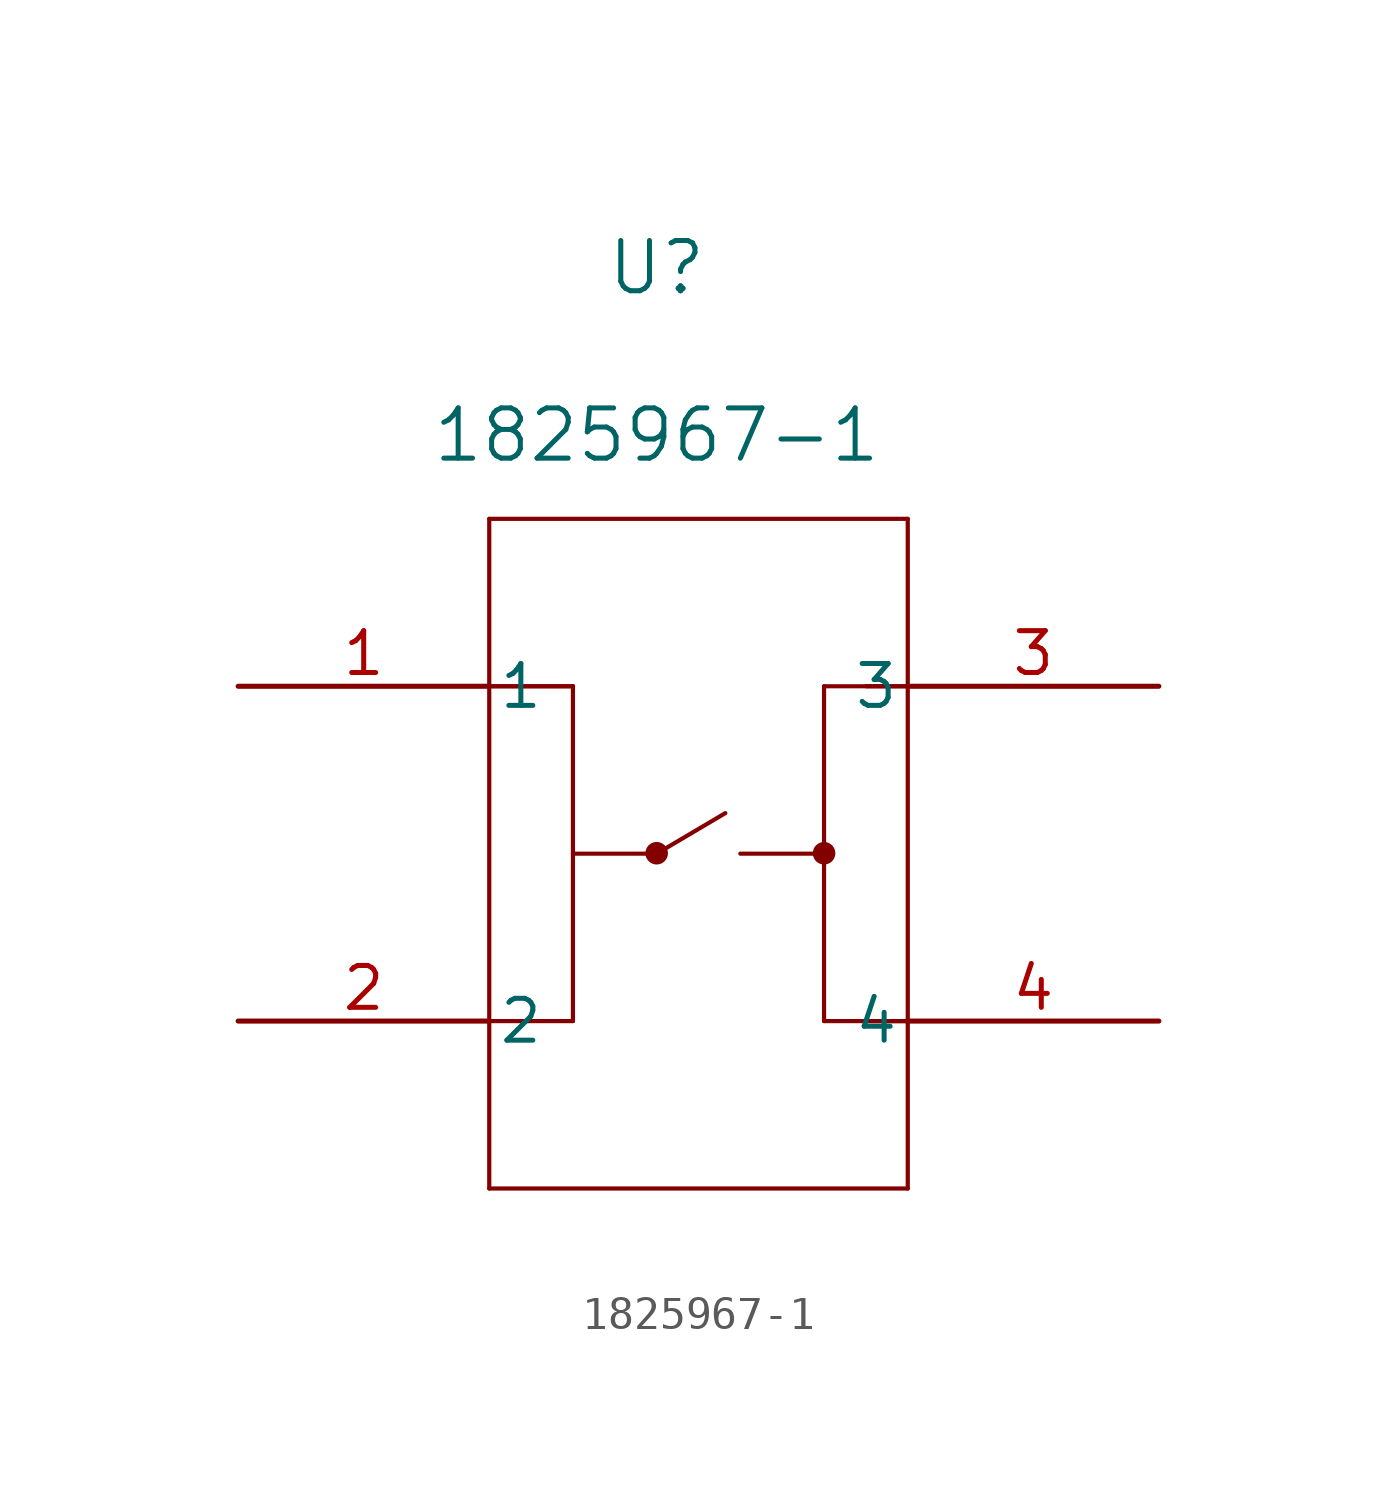
<source format=kicad_sym>
(kicad_symbol_lib
  (version 20211014)
  (generator kicad_symbol_editor)
  (symbol "1825967-1"
    (pin_names
      (offset 0.254))
    (property "Reference" "U"
      (at 12.7 12.7 0)
      (effects (font (size 1.524 1.524))))
    (property "Value" "1825967-1"
      (at 12.7 7.62 0)
      (effects (font (size 1.524 1.524))))
    (symbol "1825967-1_0_1"
      (polyline (pts (xy 20.32 0) (xy 20.32 0)) (stroke (width 0.127) (type default) (color 0 0 0 0)) (fill (type none)))
      (polyline (pts (xy 7.62 -10.16) (xy 10.16 -10.16)) (stroke (width 0.127) (type default) (color 0 0 0 0)) (fill (type none)))
      (polyline (pts (xy 20.32 0) (xy 19.05 0)) (stroke (width 0.127) (type default) (color 0 0 0 0)) (fill (type none)))
      (polyline (pts (xy 7.62 0) (xy 10.16 0)) (stroke (width 0.127) (type default) (color 0 0 0 0)) (fill (type none)))
      (polyline (pts (xy 7.62 0) (xy 10.16 0)) (stroke (width 0.127) (type default) (color 0 0 0 0)) (fill (type none)))
      (polyline (pts (xy 7.62 5.08) (xy 20.32 5.08)) (stroke (width 0.127) (type default) (color 0 0 0 0)) (fill (type none)))
      (polyline (pts (xy 20.32 5.08) (xy 20.32 -15.24)) (stroke (width 0.127) (type default) (color 0 0 0 0)) (fill (type none)))
      (polyline (pts (xy 20.32 -15.24) (xy 7.62 -15.24)) (stroke (width 0.127) (type default) (color 0 0 0 0)) (fill (type none)))
      (polyline (pts (xy 7.62 -15.24) (xy 7.62 5.08)) (stroke (width 0.127) (type default) (color 0 0 0 0)) (fill (type none)))
      (polyline (pts (xy 20.32 -10.16) (xy 20.32 -10.16)) (stroke (width 0.127) (type default) (color 0 0 0 0)) (fill (type none)))
      (polyline (pts (xy 17.78 0) (xy 17.78 -10.16)) (stroke (width 0.127) (type default) (color 0 0 0 0)) (fill (type none)))
      (polyline (pts (xy 20.32 -10.16) (xy 19.05 -10.16)) (stroke (width 0.127) (type default) (color 0 0 0 0)) (fill (type none)))
      (polyline (pts (xy 20.32 0) (xy 17.78 0)) (stroke (width 0.127) (type default) (color 0 0 0 0)) (fill (type none)))
      (polyline (pts (xy 15.24 -5.08) (xy 17.78 -5.08)) (stroke (width 0.127) (type default) (color 0 0 0 0)) (fill (type none)))
      (polyline (pts (xy 10.16 0) (xy 10.16 -10.16)) (stroke (width 0.127) (type default) (color 0 0 0 0)) (fill (type none)))
      (polyline (pts (xy 20.32 -10.16) (xy 17.78 -10.16)) (stroke (width 0.127) (type default) (color 0 0 0 0)) (fill (type none)))
      (polyline (pts (xy 10.16 -5.08) (xy 12.7 -5.08)) (stroke (width 0.127) (type default) (color 0 0 0 0)) (fill (type none)))
      (circle (center 12.704 -5.065) (radius 0.102) (stroke (width 0.127) (type default) (color 0 0 0 0)) (fill (type none)))
      (circle (center 12.716 -5.077) (radius 0.152) (stroke (width 0.127) (type default) (color 0 0 0 0)) (fill (type none)))
      (polyline (pts (xy 12.7 -5.08) (xy 14.783 -3.85)) (stroke (width 0.127) (type default) (color 0 0 0 0)) (fill (type none)))
      (circle (center 12.716 -5.077) (radius 0.203) (stroke (width 0.127) (type default) (color 0 0 0 0)) (fill (type none)))
      (circle (center 12.701 -5.067) (radius 0.279) (stroke (width 0.127) (type default) (color 0 0 0 0)) (fill (type none)))
      (circle (center 17.784 -5.065) (radius 0.102) (stroke (width 0.127) (type default) (color 0 0 0 0)) (fill (type none)))
      (circle (center 17.796 -5.077) (radius 0.152) (stroke (width 0.127) (type default) (color 0 0 0 0)) (fill (type none)))
      (circle (center 17.796 -5.077) (radius 0.203) (stroke (width 0.127) (type default) (color 0 0 0 0)) (fill (type none)))
      (circle (center 17.781 -5.067) (radius 0.279) (stroke (width 0.127) (type default) (color 0 0 0 0)) (fill (type none)))
      (pin unspecified line (at 0 0 0) (length 7.62) (name "1" (effects (font (size 1.27 1.27)))) (number "1" (effects (font (size 1.27 1.27)))))
      (pin unspecified line (at 0 -10.16 0) (length 7.62) (name "2" (effects (font (size 1.27 1.27)))) (number "2" (effects (font (size 1.27 1.27)))))
      (pin unspecified line (at 27.94 0 180) (length 7.62) (name "3" (effects (font (size 1.27 1.27)))) (number "3" (effects (font (size 1.27 1.27)))))
      (pin unspecified line (at 27.94 -10.16 180) (length 7.62) (name "4" (effects (font (size 1.27 1.27)))) (number "4" (effects (font (size 1.27 1.27))))))))
</source>
